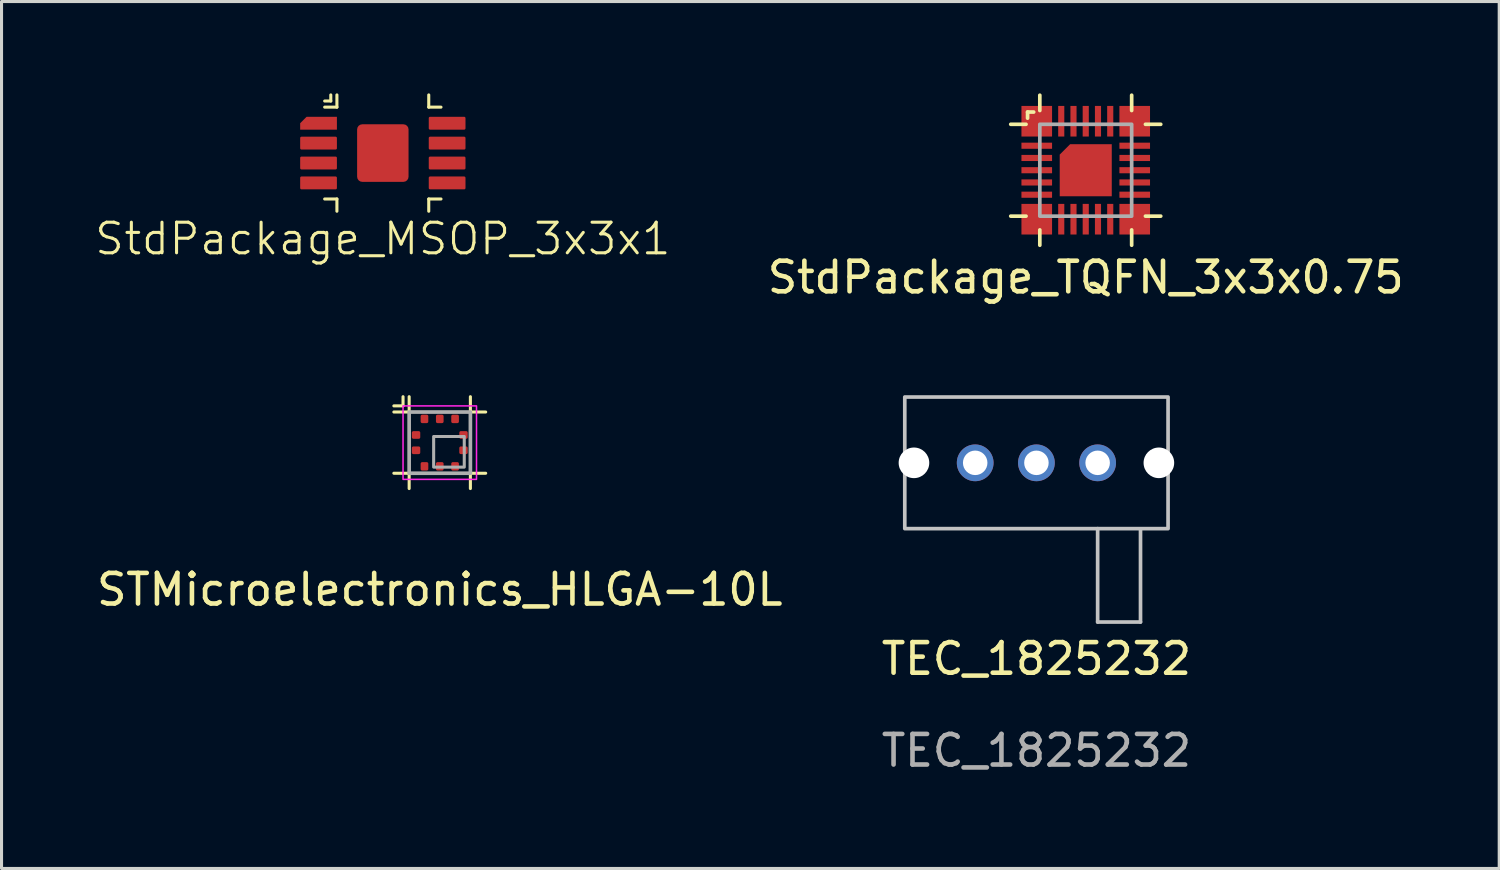
<source format=kicad_pcb>
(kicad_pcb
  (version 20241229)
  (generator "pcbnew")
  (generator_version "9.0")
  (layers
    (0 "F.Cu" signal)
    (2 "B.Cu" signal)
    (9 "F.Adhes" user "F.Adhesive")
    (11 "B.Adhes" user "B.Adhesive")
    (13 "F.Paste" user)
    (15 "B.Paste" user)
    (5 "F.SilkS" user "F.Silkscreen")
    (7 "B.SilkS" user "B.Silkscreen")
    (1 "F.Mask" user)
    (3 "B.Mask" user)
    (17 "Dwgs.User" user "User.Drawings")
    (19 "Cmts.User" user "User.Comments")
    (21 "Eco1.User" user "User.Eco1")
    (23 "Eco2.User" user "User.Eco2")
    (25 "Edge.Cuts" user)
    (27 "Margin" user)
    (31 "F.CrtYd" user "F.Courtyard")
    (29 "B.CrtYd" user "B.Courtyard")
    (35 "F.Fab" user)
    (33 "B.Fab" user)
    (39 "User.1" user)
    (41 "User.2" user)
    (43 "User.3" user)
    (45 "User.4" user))
  (footprint "STMicroelectronics_HLGA-10L"
    (layer "F.Cu")
    (at 11.315 11.408)
    (property "Reference" "STMicroelectronics_HLGA-10L" (at 0 4.8 0) (unlocked yes) (layer "F.SilkS") (effects (font (size 1 1) (thickness 0.15))))
    (attr smd)
    (fp_line (start -1.5 -1.2) (end -1.2 -1.2) (stroke (width 0.1) (type default)) (layer "F.SilkS"))
    (fp_line (start -1.5 -1) (end -1 -1) (stroke (width 0.1) (type default)) (layer "F.SilkS"))
    (fp_line (start -1.2 -1.2) (end -1.2 -1.5) (stroke (width 0.1) (type default)) (layer "F.SilkS"))
    (fp_line (start -1 -1) (end -1 -1.5) (stroke (width 0.1) (type default)) (layer "F.SilkS"))
    (fp_line (start -1 1) (end -1.5 1) (stroke (width 0.1) (type default)) (layer "F.SilkS"))
    (fp_line (start -1 1.5) (end -1 1) (stroke (width 0.1) (type default)) (layer "F.SilkS"))
    (fp_line (start 1 -1) (end 1 -1.5) (stroke (width 0.1) (type default)) (layer "F.SilkS"))
    (fp_line (start 1 1) (end 1 1.5) (stroke (width 0.1) (type default)) (layer "F.SilkS"))
    (fp_line (start 1 1) (end 1.5 1) (stroke (width 0.1) (type default)) (layer "F.SilkS"))
    (fp_line (start 1.5 -1) (end 1 -1) (stroke (width 0.1) (type default)) (layer "F.SilkS"))
    (fp_rect (start -1.2 -1.2) (end 1.2 1.2) (stroke (width 0.05) (type default)) (fill no) (layer "F.CrtYd"))
    (fp_rect (start -1 -1) (end 1 1) (stroke (width 0.12) (type solid)) (fill no) (layer "F.Fab"))
    (fp_rect (start -0.2 -0.2) (end 0.8 0.8) (stroke (width 0.1) (type default)) (fill no) (layer "F.Fab"))
    (pad "1" smd roundrect (at -0.775 -0.25 90) (size 0.25 0.275) (layers "F.Cu" "F.Mask" "F.Paste") (roundrect_rratio 0.2))
    (pad "2" smd roundrect (at -0.775 0.25 90) (size 0.25 0.275) (layers "F.Cu" "F.Mask" "F.Paste") (roundrect_rratio 0.2))
    (pad "3" smd roundrect (at -0.5 0.775) (size 0.25 0.275) (layers "F.Cu" "F.Mask" "F.Paste") (roundrect_rratio 0.2))
    (pad "4" smd roundrect (at 0 0.775) (size 0.25 0.275) (layers "F.Cu" "F.Mask" "F.Paste") (roundrect_rratio 0.2))
    (pad "5" smd roundrect (at 0.5 0.775) (size 0.25 0.275) (layers "F.Cu" "F.Mask" "F.Paste") (roundrect_rratio 0.2))
    (pad "6" smd roundrect (at 0.775 0.25 90) (size 0.25 0.275) (layers "F.Cu" "F.Mask" "F.Paste") (roundrect_rratio 0.2))
    (pad "7" smd roundrect (at 0.775 -0.25 90) (size 0.25 0.275) (layers "F.Cu" "F.Mask" "F.Paste") (roundrect_rratio 0.2))
    (pad "8" smd roundrect (at 0.5 -0.775) (size 0.25 0.275) (layers "F.Cu" "F.Mask" "F.Paste") (roundrect_rratio 0.2))
    (pad "9" smd roundrect (at 0 -0.775) (size 0.25 0.275) (layers "F.Cu" "F.Mask" "F.Paste") (roundrect_rratio 0.2))
    (pad "10" smd roundrect (at -0.5 -0.775) (size 0.25 0.275) (layers "F.Cu" "F.Mask" "F.Paste") (roundrect_rratio 0.2)))
  (footprint "StdPackage_MSOP_3x3x1"
    (layer "F.Cu")
    (at 9.455 1.95)
    (property "Reference" "StdPackage_MSOP_3x3x1" (at 0 2.8 0) (unlocked yes) (layer "F.SilkS") (effects (font (size 1 1) (thickness 0.1))))
    (attr smd)
    (fp_line (start -1.9 -1.7) (end -1.7 -1.7) (stroke (width 0.1) (type default)) (layer "F.SilkS"))
    (fp_line (start -1.7 -1.7) (end -1.7 -1.9) (stroke (width 0.1) (type default)) (layer "F.SilkS"))
    (fp_line (start -1.5 -1.5) (end -1.9 -1.5) (stroke (width 0.1) (type default)) (layer "F.SilkS"))
    (fp_line (start -1.5 -1.5) (end -1.5 -1.9) (stroke (width 0.1) (type default)) (layer "F.SilkS"))
    (fp_line (start -1.5 1.5) (end -1.9 1.5) (stroke (width 0.1) (type default)) (layer "F.SilkS"))
    (fp_line (start -1.5 1.5) (end -1.5 1.9) (stroke (width 0.1) (type default)) (layer "F.SilkS"))
    (fp_line (start 1.5 -1.5) (end 1.5 -1.9) (stroke (width 0.1) (type default)) (layer "F.SilkS"))
    (fp_line (start 1.5 -1.5) (end 1.9 -1.5) (stroke (width 0.1) (type default)) (layer "F.SilkS"))
    (fp_line (start 1.5 1.5) (end 1.5 1.9) (stroke (width 0.1) (type default)) (layer "F.SilkS"))
    (fp_line (start 1.5 1.5) (end 1.9 1.5) (stroke (width 0.1) (type default)) (layer "F.SilkS"))
    (pad "1" smd roundrect (at -2.1 -0.975) (size 1.2 0.42) (layers "F.Cu" "F.Mask" "F.Paste") (roundrect_rratio 0) (chamfer_ratio 0.5) (chamfer top_left))
    (pad "2" smd roundrect (at -2.1 -0.325) (size 1.2 0.42) (layers "F.Cu" "F.Mask" "F.Paste") (roundrect_rratio 0.1))
    (pad "3" smd roundrect (at -2.1 0.325) (size 1.2 0.42) (layers "F.Cu" "F.Mask" "F.Paste") (roundrect_rratio 0.1))
    (pad "4" smd roundrect (at -2.1 0.975) (size 1.2 0.42) (layers "F.Cu" "F.Mask" "F.Paste") (roundrect_rratio 0.1))
    (pad "5" smd roundrect (at 2.1 0.975) (size 1.2 0.42) (layers "F.Cu" "F.Mask" "F.Paste") (roundrect_rratio 0.1))
    (pad "6" smd roundrect (at 2.1 0.325) (size 1.2 0.42) (layers "F.Cu" "F.Mask" "F.Paste") (roundrect_rratio 0.1))
    (pad "7" smd roundrect (at 2.1 -0.325) (size 1.2 0.42) (layers "F.Cu" "F.Mask" "F.Paste") (roundrect_rratio 0.1))
    (pad "8" smd roundrect (at 2.1 -0.975) (size 1.2 0.42) (layers "F.Cu" "F.Mask" "F.Paste") (roundrect_rratio 0.1))
    (pad "9" smd roundrect (at 0 0) (size 1.68 1.88) (layers "F.Cu" "F.Mask" "F.Paste") (roundrect_rratio 0.1)))
  (footprint "TEC_1825232"
    (layer "F.Cu")
    (at 30.804 12.068)
    (property "Reference" "TEC_1825232" (at 0 6.4 0) (unlocked yes) (layer "F.SilkS") (effects (font (size 1 1) (thickness 0.15))))
    (attr smd)
    (fp_line (start 2 2.15) (end 2 5.2) (stroke (width 0.12) (type solid)) (layer "Dwgs.User"))
    (fp_line (start 2 5.2) (end 3.4 5.2) (stroke (width 0.12) (type solid)) (layer "Dwgs.User"))
    (fp_line (start 3.4 5.2) (end 3.4 2.2) (stroke (width 0.12) (type solid)) (layer "Dwgs.User"))
    (fp_rect (start -4.3 -2.15) (end 4.3 2.15) (stroke (width 0.12) (type solid)) (fill no) (layer "Dwgs.User"))
    (fp_text user "${REFERENCE}" (at 0 9.4 0) (unlocked yes) (layer "F.Fab") (effects (font (size 1 1) (thickness 0.15))))
    (pad "" np_thru_hole circle (at -4 0) (size 1 1) (drill 1) (layers "*.Cu" "*.Mask"))
    (pad "" np_thru_hole circle (at 4 0) (size 1 1) (drill 1) (layers "*.Cu" "*.Mask"))
    (pad "1" thru_hole circle (at -2 0) (size 1.2 1.2) (drill 0.8) (layers "*.Cu" "*.Mask"))
    (pad "2" thru_hole circle (at 0 0) (size 1.2 1.2) (drill 0.8) (layers "*.Cu" "*.Mask"))
    (pad "3" thru_hole circle (at 2 0) (size 1.2 1.2) (drill 0.8) (layers "*.Cu" "*.Mask")))
  (footprint "StdPackage_TQFN_3x3x0.75"
    (layer "F.Cu")
    (at 32.415 2.51)
    (property "Reference" "StdPackage_TQFN_3x3x0.75" (at 0 3.5 0) (unlocked yes) (layer "F.SilkS") (effects (font (size 1 1) (thickness 0.15))))
    (attr smd)
    (fp_line (start -1.95 -1.5) (end -2.45 -1.5) (stroke (width 0.12) (type solid)) (layer "F.SilkS"))
    (fp_line (start -1.95 1.5) (end -2.45 1.5) (stroke (width 0.12) (type solid)) (layer "F.SilkS"))
    (fp_line (start -1.9 -1.9) (end -1.7 -1.9) (stroke (width 0.12) (type solid)) (layer "F.SilkS"))
    (fp_line (start -1.9 -1.7) (end -1.9 -1.9) (stroke (width 0.12) (type solid)) (layer "F.SilkS"))
    (fp_line (start -1.5 -1.95) (end -1.5 -2.45) (stroke (width 0.12) (type solid)) (layer "F.SilkS"))
    (fp_line (start -1.5 1.95) (end -1.5 2.45) (stroke (width 0.12) (type solid)) (layer "F.SilkS"))
    (fp_line (start 1.5 -1.95) (end 1.5 -2.45) (stroke (width 0.12) (type solid)) (layer "F.SilkS"))
    (fp_line (start 1.5 1.95) (end 1.5 2.45) (stroke (width 0.12) (type solid)) (layer "F.SilkS"))
    (fp_line (start 1.95 -1.5) (end 2.45 -1.5) (stroke (width 0.12) (type solid)) (layer "F.SilkS"))
    (fp_line (start 1.95 1.5) (end 2.45 1.5) (stroke (width 0.12) (type solid)) (layer "F.SilkS"))
    (fp_rect (start -1.5 -1.5) (end 1.5 1.5) (stroke (width 0.12) (type solid)) (fill no) (layer "F.Fab"))
    (pad "1" smd rect (at -1.6 -1.6) (size 1 1) (layers "F.Cu" "F.Mask" "F.Paste"))
    (pad "2" smd rect (at -1.6 -0.8 90) (size 0.2 1) (layers "F.Cu" "F.Mask" "F.Paste"))
    (pad "3" smd rect (at -1.6 -0.4 90) (size 0.2 1) (layers "F.Cu" "F.Mask" "F.Paste"))
    (pad "4" smd rect (at -1.6 0 90) (size 0.2 1) (layers "F.Cu" "F.Mask" "F.Paste"))
    (pad "5" smd rect (at -1.6 0.4 90) (size 0.2 1) (layers "F.Cu" "F.Mask" "F.Paste"))
    (pad "6" smd rect (at -1.6 0.8 90) (size 0.2 1) (layers "F.Cu" "F.Mask" "F.Paste"))
    (pad "7" smd rect (at -1.6 1.6) (size 1 1) (layers "F.Cu" "F.Mask" "F.Paste"))
    (pad "8" smd rect (at -0.8 1.6) (size 0.2 1) (layers "F.Cu" "F.Mask" "F.Paste"))
    (pad "9" smd rect (at -0.4 1.6) (size 0.2 1) (layers "F.Cu" "F.Mask" "F.Paste"))
    (pad "10" smd rect (at 0 1.6) (size 0.2 1) (layers "F.Cu" "F.Mask" "F.Paste"))
    (pad "11" smd rect (at 0.4 1.6) (size 0.2 1) (layers "F.Cu" "F.Mask" "F.Paste"))
    (pad "12" smd rect (at 0.8 1.6) (size 0.2 1) (layers "F.Cu" "F.Mask" "F.Paste"))
    (pad "13" smd rect (at 1.6 1.6) (size 1 1) (layers "F.Cu" "F.Mask" "F.Paste"))
    (pad "14" smd rect (at 1.6 0.8 90) (size 0.2 1) (layers "F.Cu" "F.Mask" "F.Paste"))
    (pad "15" smd rect (at 1.6 0.4 90) (size 0.2 1) (layers "F.Cu" "F.Mask" "F.Paste"))
    (pad "16" smd rect (at 1.6 0 90) (size 0.2 1) (layers "F.Cu" "F.Mask" "F.Paste"))
    (pad "17" smd rect (at 1.6 -0.4 90) (size 0.2 1) (layers "F.Cu" "F.Mask" "F.Paste"))
    (pad "18" smd rect (at 1.6 -0.8 90) (size 0.2 1) (layers "F.Cu" "F.Mask" "F.Paste"))
    (pad "19" smd rect (at 1.6 -1.6) (size 1 1) (layers "F.Cu" "F.Mask" "F.Paste"))
    (pad "20" smd rect (at 0.8 -1.6) (size 0.2 1) (layers "F.Cu" "F.Mask" "F.Paste"))
    (pad "21" smd rect (at 0.4 -1.6) (size 0.2 1) (layers "F.Cu" "F.Mask" "F.Paste"))
    (pad "22" smd rect (at 0 -1.6) (size 0.2 1) (layers "F.Cu" "F.Mask" "F.Paste"))
    (pad "23" smd rect (at -0.4 -1.6) (size 0.2 1) (layers "F.Cu" "F.Mask" "F.Paste"))
    (pad "24" smd rect (at -0.8 -1.6) (size 0.2 1) (layers "F.Cu" "F.Mask" "F.Paste"))
    (pad "25" smd roundrect (at 0 0) (size 1.7 1.7) (layers "F.Cu" "F.Mask" "F.Paste") (roundrect_rratio 0) (chamfer_ratio 0.2) (chamfer top_left)))
  (gr_rect
    (start -3 -3)
    (end 45.921 25.317)
    (stroke (width 0.1) (type default))
    (fill no)
    (layer "Edge.Cuts")))
</source>
